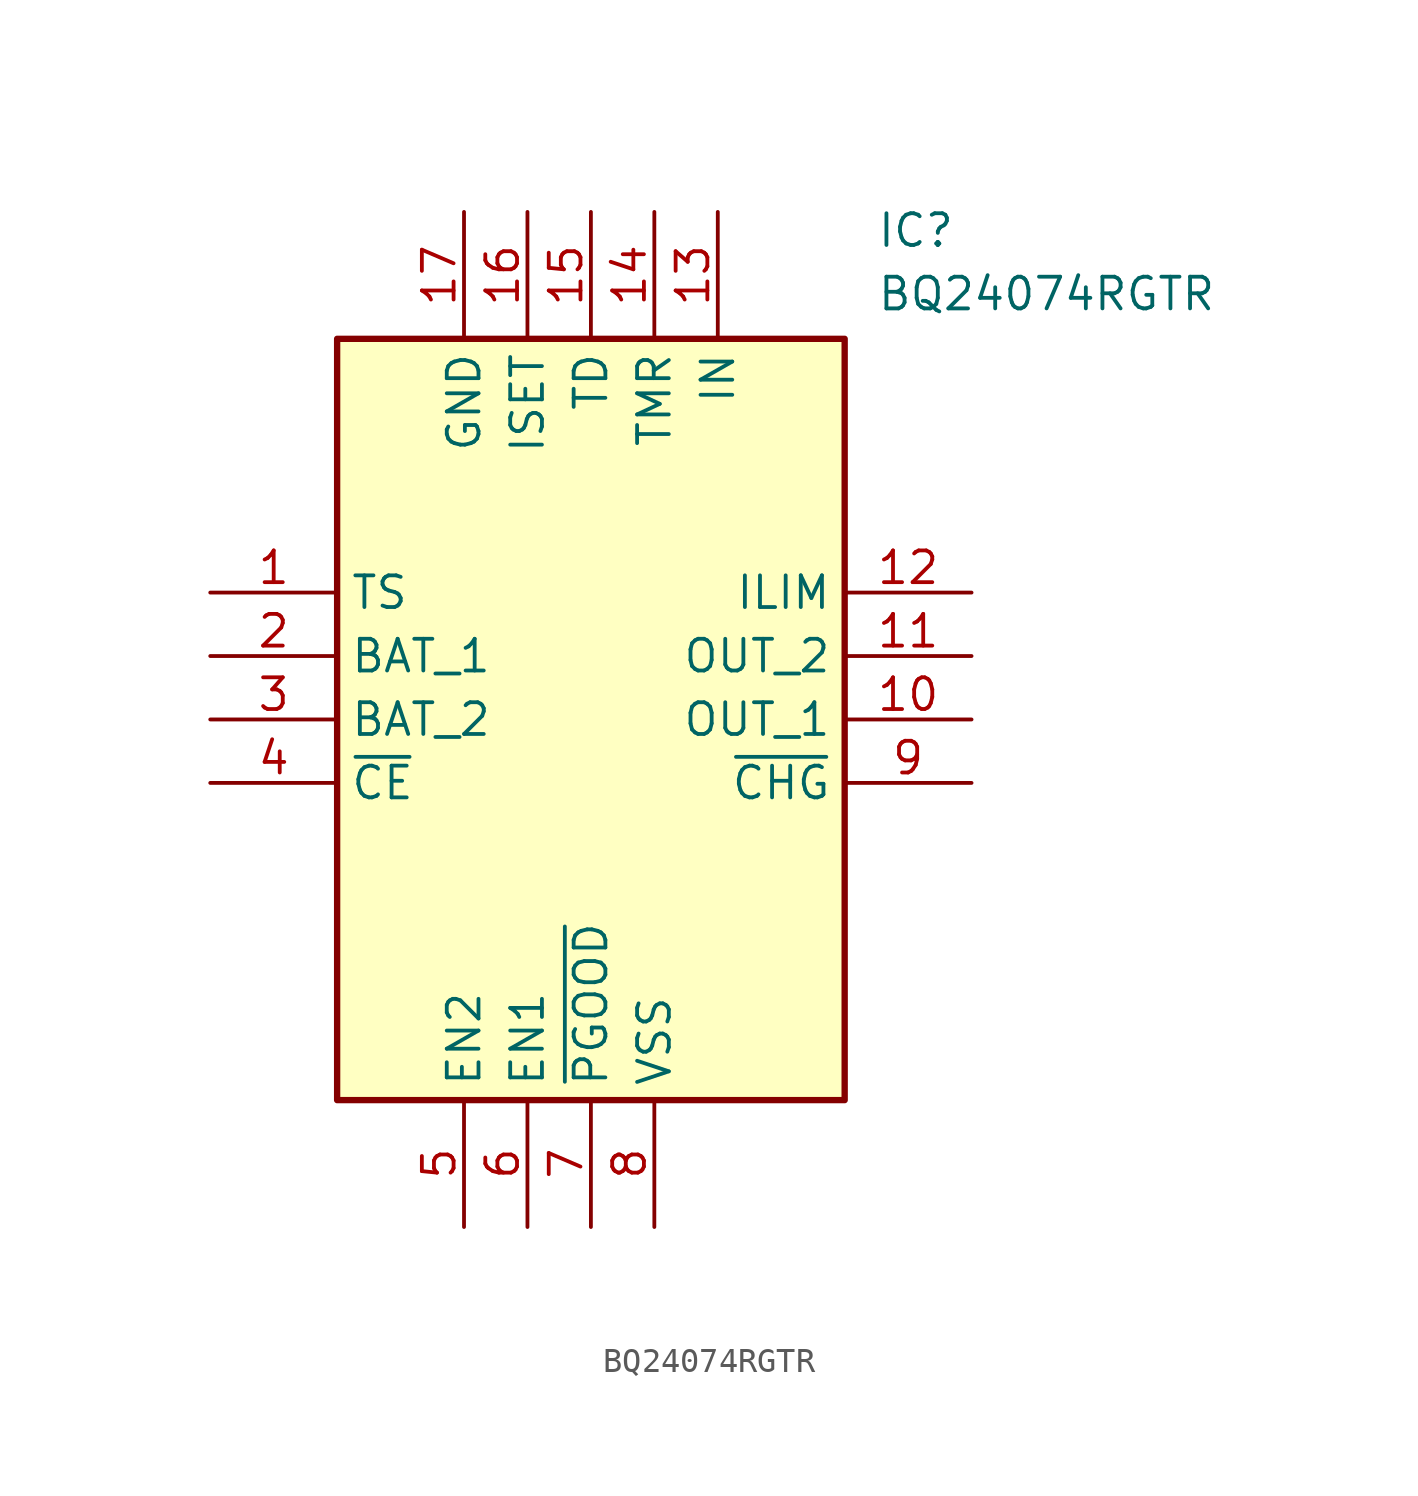
<source format=kicad_sym>
(kicad_symbol_lib
  (version 20211014)
  (generator SamacSys_ECAD_Model)
  (symbol "BQ24074RGTR"
    (property "Reference" "IC"
      (at 26.67 15.24 0)
      (effects (font (size 1.27 1.27)) (justify left top)))
    (property "Value" "BQ24074RGTR"
      (at 26.67 12.7 0)
      (effects (font (size 1.27 1.27)) (justify left top)))
    (rectangle
      (start 5.08 10.16)
      (end 25.4 -20.32)
      (stroke (width 0.254) (type default))
      (fill (type background)))
    (pin passive line
      (at 0 0 0)
      (length 5.08)
      (name "TS" (effects (font (size 1.27 1.27))))
      (number "1" (effects (font (size 1.27 1.27)))))
    (pin passive line
      (at 0 -2.54 0)
      (length 5.08)
      (name "BAT_1" (effects (font (size 1.27 1.27))))
      (number "2" (effects (font (size 1.27 1.27)))))
    (pin passive line
      (at 0 -5.08 0)
      (length 5.08)
      (name "BAT_2" (effects (font (size 1.27 1.27))))
      (number "3" (effects (font (size 1.27 1.27)))))
    (pin passive line
      (at 0 -7.62 0)
      (length 5.08)
      (name "~{CE}" (effects (font (size 1.27 1.27))))
      (number "4" (effects (font (size 1.27 1.27)))))
    (pin passive line
      (at 10.16 -25.4 90)
      (length 5.08)
      (name "EN2" (effects (font (size 1.27 1.27))))
      (number "5" (effects (font (size 1.27 1.27)))))
    (pin passive line
      (at 12.7 -25.4 90)
      (length 5.08)
      (name "EN1" (effects (font (size 1.27 1.27))))
      (number "6" (effects (font (size 1.27 1.27)))))
    (pin passive line
      (at 15.24 -25.4 90)
      (length 5.08)
      (name "~{PGOOD}" (effects (font (size 1.27 1.27))))
      (number "7" (effects (font (size 1.27 1.27)))))
    (pin passive line
      (at 17.78 -25.4 90)
      (length 5.08)
      (name "VSS" (effects (font (size 1.27 1.27))))
      (number "8" (effects (font (size 1.27 1.27)))))
    (pin passive line
      (at 30.48 0 180)
      (length 5.08)
      (name "ILIM" (effects (font (size 1.27 1.27))))
      (number "12" (effects (font (size 1.27 1.27)))))
    (pin passive line
      (at 30.48 -2.54 180)
      (length 5.08)
      (name "OUT_2" (effects (font (size 1.27 1.27))))
      (number "11" (effects (font (size 1.27 1.27)))))
    (pin passive line
      (at 30.48 -5.08 180)
      (length 5.08)
      (name "OUT_1" (effects (font (size 1.27 1.27))))
      (number "10" (effects (font (size 1.27 1.27)))))
    (pin passive line
      (at 30.48 -7.62 180)
      (length 5.08)
      (name "~{CHG}" (effects (font (size 1.27 1.27))))
      (number "9" (effects (font (size 1.27 1.27)))))
    (pin passive line
      (at 10.16 15.24 270)
      (length 5.08)
      (name "GND" (effects (font (size 1.27 1.27))))
      (number "17" (effects (font (size 1.27 1.27)))))
    (pin passive line
      (at 12.7 15.24 270)
      (length 5.08)
      (name "ISET" (effects (font (size 1.27 1.27))))
      (number "16" (effects (font (size 1.27 1.27)))))
    (pin passive line
      (at 15.24 15.24 270)
      (length 5.08)
      (name "TD" (effects (font (size 1.27 1.27))))
      (number "15" (effects (font (size 1.27 1.27)))))
    (pin passive line
      (at 17.78 15.24 270)
      (length 5.08)
      (name "TMR" (effects (font (size 1.27 1.27))))
      (number "14" (effects (font (size 1.27 1.27)))))
    (pin passive line
      (at 20.32 15.24 270)
      (length 5.08)
      (name "IN" (effects (font (size 1.27 1.27))))
      (number "13" (effects (font (size 1.27 1.27)))))))
</source>
